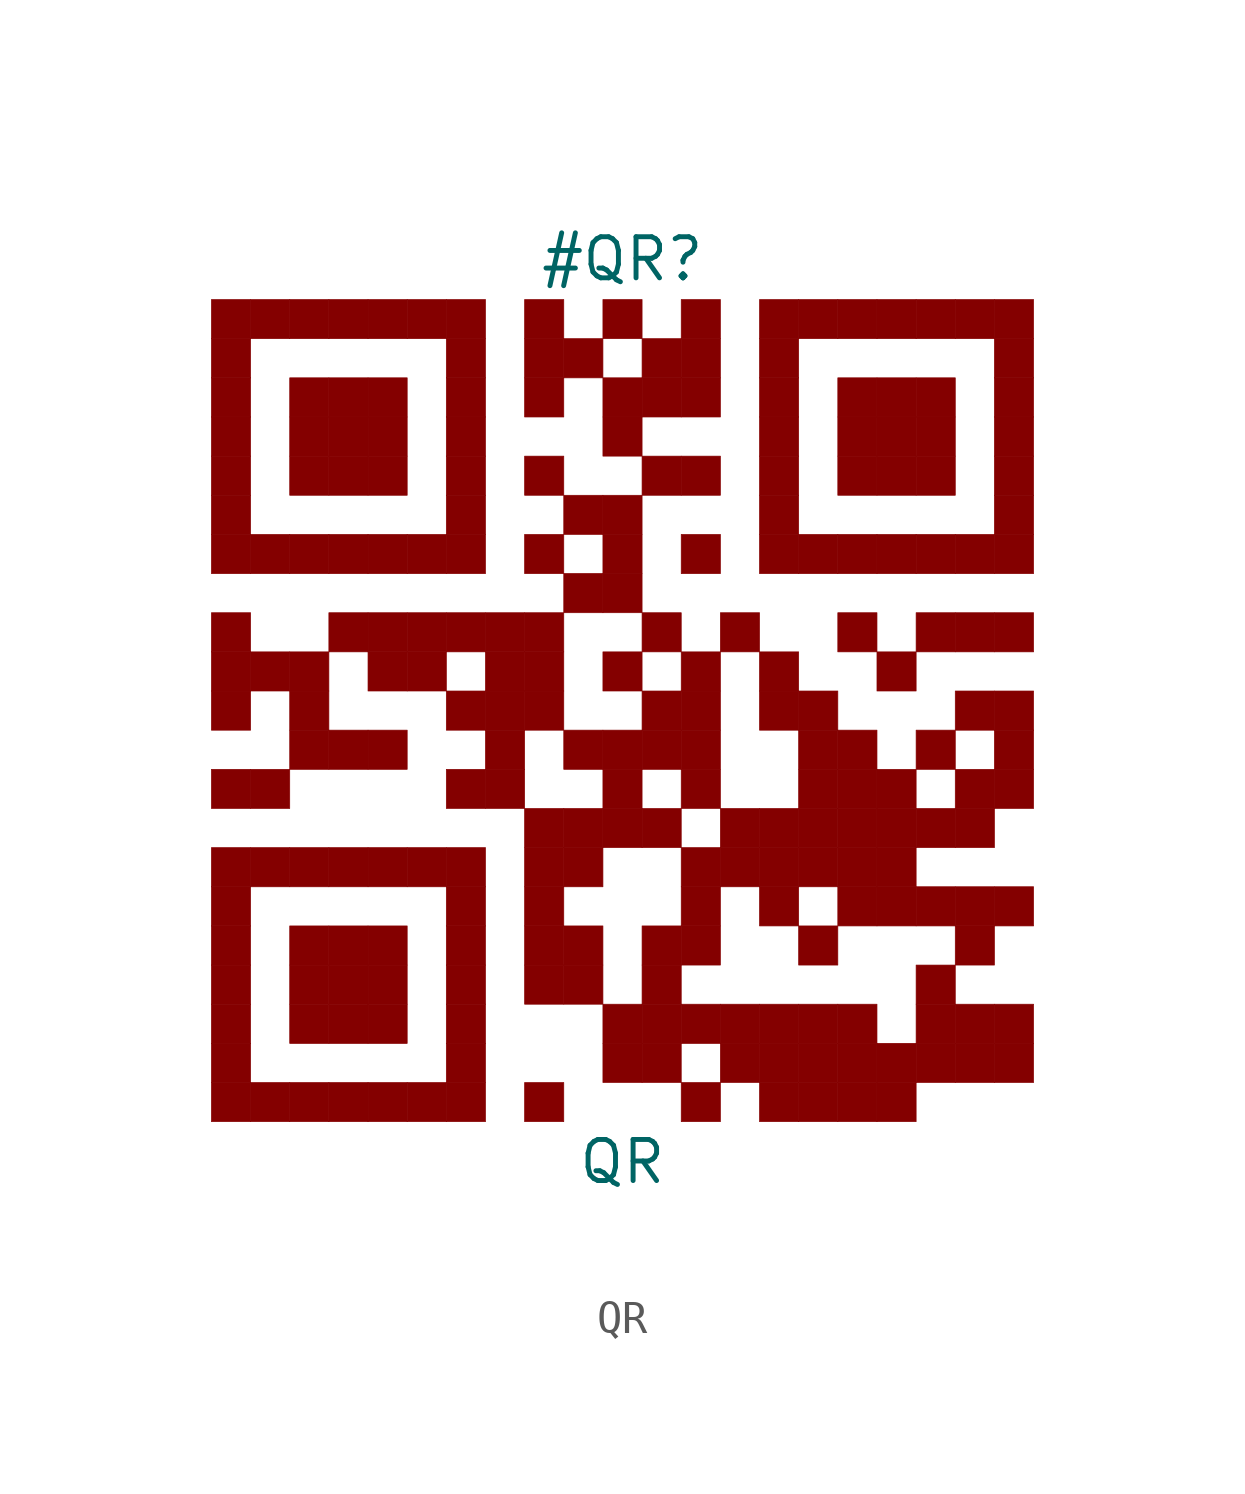
<source format=kicad_sym>
(kicad_symbol_lib
  (version 20241209)
  (generator "kicad_symbol_editor")
  (generator_version "9.0")
  (symbol "QR"
    (pin_numbers
      (hide yes))
    (pin_names
      (hide yes))
    (property "Reference" "#QR"
      (at 0 13.95 0)
      (effects (font (size 1.27 1.27))))
    (property "Value" "QR"
      (at 0 -13.95 0)
      (effects (font (size 1.27 1.27))))
    (symbol "QR_1_1"
      (rectangle (start -12.7 12.7) (end -11.49 11.49) (stroke (width 0.001) (type default)) (fill (type outline)))
      (rectangle (start -12.7 11.49) (end -11.49 10.28) (stroke (width 0.001) (type default)) (fill (type outline)))
      (rectangle (start -12.7 10.28) (end -11.49 9.07) (stroke (width 0.001) (type default)) (fill (type outline)))
      (rectangle (start -12.7 9.07) (end -11.49 7.86) (stroke (width 0.001) (type default)) (fill (type outline)))
      (rectangle (start -12.7 7.86) (end -11.49 6.65) (stroke (width 0.001) (type default)) (fill (type outline)))
      (rectangle (start -12.7 6.65) (end -11.49 5.44) (stroke (width 0.001) (type default)) (fill (type outline)))
      (rectangle (start -12.7 5.44) (end -11.49 4.23) (stroke (width 0.001) (type default)) (fill (type outline)))
      (rectangle (start -12.7 3.02) (end -11.49 1.81) (stroke (width 0.001) (type default)) (fill (type outline)))
      (rectangle (start -12.7 1.81) (end -11.49 0.6) (stroke (width 0.001) (type default)) (fill (type outline)))
      (rectangle (start -12.7 0.6) (end -11.49 -0.61) (stroke (width 0.001) (type default)) (fill (type outline)))
      (rectangle (start -12.7 -1.82) (end -11.49 -3.03) (stroke (width 0.001) (type default)) (fill (type outline)))
      (rectangle (start -12.7 -4.24) (end -11.49 -5.45) (stroke (width 0.001) (type default)) (fill (type outline)))
      (rectangle (start -12.7 -5.45) (end -11.49 -6.66) (stroke (width 0.001) (type default)) (fill (type outline)))
      (rectangle (start -12.7 -6.66) (end -11.49 -7.87) (stroke (width 0.001) (type default)) (fill (type outline)))
      (rectangle (start -12.7 -7.87) (end -11.49 -9.08) (stroke (width 0.001) (type default)) (fill (type outline)))
      (rectangle (start -12.7 -9.08) (end -11.49 -10.29) (stroke (width 0.001) (type default)) (fill (type outline)))
      (rectangle (start -12.7 -10.29) (end -11.49 -11.5) (stroke (width 0.001) (type default)) (fill (type outline)))
      (rectangle (start -12.7 -11.5) (end -11.49 -12.71) (stroke (width 0.001) (type default)) (fill (type outline)))
      (rectangle (start -11.49 12.7) (end -10.28 11.49) (stroke (width 0.001) (type default)) (fill (type outline)))
      (rectangle (start -11.49 5.44) (end -10.28 4.23) (stroke (width 0.001) (type default)) (fill (type outline)))
      (rectangle (start -11.49 1.81) (end -10.28 0.6) (stroke (width 0.001) (type default)) (fill (type outline)))
      (rectangle (start -11.49 -1.82) (end -10.28 -3.03) (stroke (width 0.001) (type default)) (fill (type outline)))
      (rectangle (start -11.49 -4.24) (end -10.28 -5.45) (stroke (width 0.001) (type default)) (fill (type outline)))
      (rectangle (start -11.49 -11.5) (end -10.28 -12.71) (stroke (width 0.001) (type default)) (fill (type outline)))
      (rectangle (start -10.28 12.7) (end -9.07 11.49) (stroke (width 0.001) (type default)) (fill (type outline)))
      (rectangle (start -10.28 10.28) (end -9.07 9.07) (stroke (width 0.001) (type default)) (fill (type outline)))
      (rectangle (start -10.28 9.07) (end -9.07 7.86) (stroke (width 0.001) (type default)) (fill (type outline)))
      (rectangle (start -10.28 7.86) (end -9.07 6.65) (stroke (width 0.001) (type default)) (fill (type outline)))
      (rectangle (start -10.28 5.44) (end -9.07 4.23) (stroke (width 0.001) (type default)) (fill (type outline)))
      (rectangle (start -10.28 1.81) (end -9.07 0.6) (stroke (width 0.001) (type default)) (fill (type outline)))
      (rectangle (start -10.28 0.6) (end -9.07 -0.61) (stroke (width 0.001) (type default)) (fill (type outline)))
      (rectangle (start -10.28 -0.61) (end -9.07 -1.82) (stroke (width 0.001) (type default)) (fill (type outline)))
      (rectangle (start -10.28 -4.24) (end -9.07 -5.45) (stroke (width 0.001) (type default)) (fill (type outline)))
      (rectangle (start -10.28 -6.66) (end -9.07 -7.87) (stroke (width 0.001) (type default)) (fill (type outline)))
      (rectangle (start -10.28 -7.87) (end -9.07 -9.08) (stroke (width 0.001) (type default)) (fill (type outline)))
      (rectangle (start -10.28 -9.08) (end -9.07 -10.29) (stroke (width 0.001) (type default)) (fill (type outline)))
      (rectangle (start -10.28 -11.5) (end -9.07 -12.71) (stroke (width 0.001) (type default)) (fill (type outline)))
      (rectangle (start -9.07 12.7) (end -7.86 11.49) (stroke (width 0.001) (type default)) (fill (type outline)))
      (rectangle (start -9.07 10.28) (end -7.86 9.07) (stroke (width 0.001) (type default)) (fill (type outline)))
      (rectangle (start -9.07 9.07) (end -7.86 7.86) (stroke (width 0.001) (type default)) (fill (type outline)))
      (rectangle (start -9.07 7.86) (end -7.86 6.65) (stroke (width 0.001) (type default)) (fill (type outline)))
      (rectangle (start -9.07 5.44) (end -7.86 4.23) (stroke (width 0.001) (type default)) (fill (type outline)))
      (rectangle (start -9.07 3.02) (end -7.86 1.81) (stroke (width 0.001) (type default)) (fill (type outline)))
      (rectangle (start -9.07 -0.61) (end -7.86 -1.82) (stroke (width 0.001) (type default)) (fill (type outline)))
      (rectangle (start -9.07 -4.24) (end -7.86 -5.45) (stroke (width 0.001) (type default)) (fill (type outline)))
      (rectangle (start -9.07 -6.66) (end -7.86 -7.87) (stroke (width 0.001) (type default)) (fill (type outline)))
      (rectangle (start -9.07 -7.87) (end -7.86 -9.08) (stroke (width 0.001) (type default)) (fill (type outline)))
      (rectangle (start -9.07 -9.08) (end -7.86 -10.29) (stroke (width 0.001) (type default)) (fill (type outline)))
      (rectangle (start -9.07 -11.5) (end -7.86 -12.71) (stroke (width 0.001) (type default)) (fill (type outline)))
      (rectangle (start -7.86 12.7) (end -6.65 11.49) (stroke (width 0.001) (type default)) (fill (type outline)))
      (rectangle (start -7.86 10.28) (end -6.65 9.07) (stroke (width 0.001) (type default)) (fill (type outline)))
      (rectangle (start -7.86 9.07) (end -6.65 7.86) (stroke (width 0.001) (type default)) (fill (type outline)))
      (rectangle (start -7.86 7.86) (end -6.65 6.65) (stroke (width 0.001) (type default)) (fill (type outline)))
      (rectangle (start -7.86 5.44) (end -6.65 4.23) (stroke (width 0.001) (type default)) (fill (type outline)))
      (rectangle (start -7.86 3.02) (end -6.65 1.81) (stroke (width 0.001) (type default)) (fill (type outline)))
      (rectangle (start -7.86 1.81) (end -6.65 0.6) (stroke (width 0.001) (type default)) (fill (type outline)))
      (rectangle (start -7.86 -0.61) (end -6.65 -1.82) (stroke (width 0.001) (type default)) (fill (type outline)))
      (rectangle (start -7.86 -4.24) (end -6.65 -5.45) (stroke (width 0.001) (type default)) (fill (type outline)))
      (rectangle (start -7.86 -6.66) (end -6.65 -7.87) (stroke (width 0.001) (type default)) (fill (type outline)))
      (rectangle (start -7.86 -7.87) (end -6.65 -9.08) (stroke (width 0.001) (type default)) (fill (type outline)))
      (rectangle (start -7.86 -9.08) (end -6.65 -10.29) (stroke (width 0.001) (type default)) (fill (type outline)))
      (rectangle (start -7.86 -11.5) (end -6.65 -12.71) (stroke (width 0.001) (type default)) (fill (type outline)))
      (rectangle (start -6.65 12.7) (end -5.44 11.49) (stroke (width 0.001) (type default)) (fill (type outline)))
      (rectangle (start -6.65 5.44) (end -5.44 4.23) (stroke (width 0.001) (type default)) (fill (type outline)))
      (rectangle (start -6.65 3.02) (end -5.44 1.81) (stroke (width 0.001) (type default)) (fill (type outline)))
      (rectangle (start -6.65 1.81) (end -5.44 0.6) (stroke (width 0.001) (type default)) (fill (type outline)))
      (rectangle (start -6.65 -4.24) (end -5.44 -5.45) (stroke (width 0.001) (type default)) (fill (type outline)))
      (rectangle (start -6.65 -11.5) (end -5.44 -12.71) (stroke (width 0.001) (type default)) (fill (type outline)))
      (rectangle (start -5.44 12.7) (end -4.23 11.49) (stroke (width 0.001) (type default)) (fill (type outline)))
      (rectangle (start -5.44 11.49) (end -4.23 10.28) (stroke (width 0.001) (type default)) (fill (type outline)))
      (rectangle (start -5.44 10.28) (end -4.23 9.07) (stroke (width 0.001) (type default)) (fill (type outline)))
      (rectangle (start -5.44 9.07) (end -4.23 7.86) (stroke (width 0.001) (type default)) (fill (type outline)))
      (rectangle (start -5.44 7.86) (end -4.23 6.65) (stroke (width 0.001) (type default)) (fill (type outline)))
      (rectangle (start -5.44 6.65) (end -4.23 5.44) (stroke (width 0.001) (type default)) (fill (type outline)))
      (rectangle (start -5.44 5.44) (end -4.23 4.23) (stroke (width 0.001) (type default)) (fill (type outline)))
      (rectangle (start -5.44 3.02) (end -4.23 1.81) (stroke (width 0.001) (type default)) (fill (type outline)))
      (rectangle (start -5.44 0.6) (end -4.23 -0.61) (stroke (width 0.001) (type default)) (fill (type outline)))
      (rectangle (start -5.44 -1.82) (end -4.23 -3.03) (stroke (width 0.001) (type default)) (fill (type outline)))
      (rectangle (start -5.44 -4.24) (end -4.23 -5.45) (stroke (width 0.001) (type default)) (fill (type outline)))
      (rectangle (start -5.44 -5.45) (end -4.23 -6.66) (stroke (width 0.001) (type default)) (fill (type outline)))
      (rectangle (start -5.44 -6.66) (end -4.23 -7.87) (stroke (width 0.001) (type default)) (fill (type outline)))
      (rectangle (start -5.44 -7.87) (end -4.23 -9.08) (stroke (width 0.001) (type default)) (fill (type outline)))
      (rectangle (start -5.44 -9.08) (end -4.23 -10.29) (stroke (width 0.001) (type default)) (fill (type outline)))
      (rectangle (start -5.44 -10.29) (end -4.23 -11.5) (stroke (width 0.001) (type default)) (fill (type outline)))
      (rectangle (start -5.44 -11.5) (end -4.23 -12.71) (stroke (width 0.001) (type default)) (fill (type outline)))
      (rectangle (start -4.23 3.02) (end -3.02 1.81) (stroke (width 0.001) (type default)) (fill (type outline)))
      (rectangle (start -4.23 1.81) (end -3.02 0.6) (stroke (width 0.001) (type default)) (fill (type outline)))
      (rectangle (start -4.23 0.6) (end -3.02 -0.61) (stroke (width 0.001) (type default)) (fill (type outline)))
      (rectangle (start -4.23 -0.61) (end -3.02 -1.82) (stroke (width 0.001) (type default)) (fill (type outline)))
      (rectangle (start -4.23 -1.82) (end -3.02 -3.03) (stroke (width 0.001) (type default)) (fill (type outline)))
      (rectangle (start -3.02 12.7) (end -1.81 11.49) (stroke (width 0.001) (type default)) (fill (type outline)))
      (rectangle (start -3.02 11.49) (end -1.81 10.28) (stroke (width 0.001) (type default)) (fill (type outline)))
      (rectangle (start -3.02 10.28) (end -1.81 9.07) (stroke (width 0.001) (type default)) (fill (type outline)))
      (rectangle (start -3.02 7.86) (end -1.81 6.65) (stroke (width 0.001) (type default)) (fill (type outline)))
      (rectangle (start -3.02 5.44) (end -1.81 4.23) (stroke (width 0.001) (type default)) (fill (type outline)))
      (rectangle (start -3.02 3.02) (end -1.81 1.81) (stroke (width 0.001) (type default)) (fill (type outline)))
      (rectangle (start -3.02 1.81) (end -1.81 0.6) (stroke (width 0.001) (type default)) (fill (type outline)))
      (rectangle (start -3.02 0.6) (end -1.81 -0.61) (stroke (width 0.001) (type default)) (fill (type outline)))
      (rectangle (start -3.02 -3.03) (end -1.81 -4.24) (stroke (width 0.001) (type default)) (fill (type outline)))
      (rectangle (start -3.02 -4.24) (end -1.81 -5.45) (stroke (width 0.001) (type default)) (fill (type outline)))
      (rectangle (start -3.02 -5.45) (end -1.81 -6.66) (stroke (width 0.001) (type default)) (fill (type outline)))
      (rectangle (start -3.02 -6.66) (end -1.81 -7.87) (stroke (width 0.001) (type default)) (fill (type outline)))
      (rectangle (start -3.02 -7.87) (end -1.81 -9.08) (stroke (width 0.001) (type default)) (fill (type outline)))
      (rectangle (start -3.02 -11.5) (end -1.81 -12.71) (stroke (width 0.001) (type default)) (fill (type outline)))
      (rectangle (start -1.81 11.49) (end -0.6 10.28) (stroke (width 0.001) (type default)) (fill (type outline)))
      (rectangle (start -1.81 6.65) (end -0.6 5.44) (stroke (width 0.001) (type default)) (fill (type outline)))
      (rectangle (start -1.81 4.23) (end -0.6 3.02) (stroke (width 0.001) (type default)) (fill (type outline)))
      (rectangle (start -1.81 -0.61) (end -0.6 -1.82) (stroke (width 0.001) (type default)) (fill (type outline)))
      (rectangle (start -1.81 -3.03) (end -0.6 -4.24) (stroke (width 0.001) (type default)) (fill (type outline)))
      (rectangle (start -1.81 -4.24) (end -0.6 -5.45) (stroke (width 0.001) (type default)) (fill (type outline)))
      (rectangle (start -1.81 -6.66) (end -0.6 -7.87) (stroke (width 0.001) (type default)) (fill (type outline)))
      (rectangle (start -1.81 -7.87) (end -0.6 -9.08) (stroke (width 0.001) (type default)) (fill (type outline)))
      (rectangle (start -0.6 12.7) (end 0.61 11.49) (stroke (width 0.001) (type default)) (fill (type outline)))
      (rectangle (start -0.6 10.28) (end 0.61 9.07) (stroke (width 0.001) (type default)) (fill (type outline)))
      (rectangle (start -0.6 9.07) (end 0.61 7.86) (stroke (width 0.001) (type default)) (fill (type outline)))
      (rectangle (start -0.6 6.65) (end 0.61 5.44) (stroke (width 0.001) (type default)) (fill (type outline)))
      (rectangle (start -0.6 5.44) (end 0.61 4.23) (stroke (width 0.001) (type default)) (fill (type outline)))
      (rectangle (start -0.6 4.23) (end 0.61 3.02) (stroke (width 0.001) (type default)) (fill (type outline)))
      (rectangle (start -0.6 1.81) (end 0.61 0.6) (stroke (width 0.001) (type default)) (fill (type outline)))
      (rectangle (start -0.6 -0.61) (end 0.61 -1.82) (stroke (width 0.001) (type default)) (fill (type outline)))
      (rectangle (start -0.6 -1.82) (end 0.61 -3.03) (stroke (width 0.001) (type default)) (fill (type outline)))
      (rectangle (start -0.6 -3.03) (end 0.61 -4.24) (stroke (width 0.001) (type default)) (fill (type outline)))
      (rectangle (start -0.6 -9.08) (end 0.61 -10.29) (stroke (width 0.001) (type default)) (fill (type outline)))
      (rectangle (start -0.6 -10.29) (end 0.61 -11.5) (stroke (width 0.001) (type default)) (fill (type outline)))
      (rectangle (start 0.61 11.49) (end 1.82 10.28) (stroke (width 0.001) (type default)) (fill (type outline)))
      (rectangle (start 0.61 10.28) (end 1.82 9.07) (stroke (width 0.001) (type default)) (fill (type outline)))
      (rectangle (start 0.61 7.86) (end 1.82 6.65) (stroke (width 0.001) (type default)) (fill (type outline)))
      (rectangle (start 0.61 3.02) (end 1.82 1.81) (stroke (width 0.001) (type default)) (fill (type outline)))
      (rectangle (start 0.61 0.6) (end 1.82 -0.61) (stroke (width 0.001) (type default)) (fill (type outline)))
      (rectangle (start 0.61 -0.61) (end 1.82 -1.82) (stroke (width 0.001) (type default)) (fill (type outline)))
      (rectangle (start 0.61 -3.03) (end 1.82 -4.24) (stroke (width 0.001) (type default)) (fill (type outline)))
      (rectangle (start 0.61 -6.66) (end 1.82 -7.87) (stroke (width 0.001) (type default)) (fill (type outline)))
      (rectangle (start 0.61 -7.87) (end 1.82 -9.08) (stroke (width 0.001) (type default)) (fill (type outline)))
      (rectangle (start 0.61 -9.08) (end 1.82 -10.29) (stroke (width 0.001) (type default)) (fill (type outline)))
      (rectangle (start 0.61 -10.29) (end 1.82 -11.5) (stroke (width 0.001) (type default)) (fill (type outline)))
      (rectangle (start 1.82 12.7) (end 3.03 11.49) (stroke (width 0.001) (type default)) (fill (type outline)))
      (rectangle (start 1.82 11.49) (end 3.03 10.28) (stroke (width 0.001) (type default)) (fill (type outline)))
      (rectangle (start 1.82 10.28) (end 3.03 9.07) (stroke (width 0.001) (type default)) (fill (type outline)))
      (rectangle (start 1.82 7.86) (end 3.03 6.65) (stroke (width 0.001) (type default)) (fill (type outline)))
      (rectangle (start 1.82 5.44) (end 3.03 4.23) (stroke (width 0.001) (type default)) (fill (type outline)))
      (rectangle (start 1.82 1.81) (end 3.03 0.6) (stroke (width 0.001) (type default)) (fill (type outline)))
      (rectangle (start 1.82 0.6) (end 3.03 -0.61) (stroke (width 0.001) (type default)) (fill (type outline)))
      (rectangle (start 1.82 -0.61) (end 3.03 -1.82) (stroke (width 0.001) (type default)) (fill (type outline)))
      (rectangle (start 1.82 -1.82) (end 3.03 -3.03) (stroke (width 0.001) (type default)) (fill (type outline)))
      (rectangle (start 1.82 -4.24) (end 3.03 -5.45) (stroke (width 0.001) (type default)) (fill (type outline)))
      (rectangle (start 1.82 -5.45) (end 3.03 -6.66) (stroke (width 0.001) (type default)) (fill (type outline)))
      (rectangle (start 1.82 -6.66) (end 3.03 -7.87) (stroke (width 0.001) (type default)) (fill (type outline)))
      (rectangle (start 1.82 -9.08) (end 3.03 -10.29) (stroke (width 0.001) (type default)) (fill (type outline)))
      (rectangle (start 1.82 -11.5) (end 3.03 -12.71) (stroke (width 0.001) (type default)) (fill (type outline)))
      (rectangle (start 3.03 3.02) (end 4.24 1.81) (stroke (width 0.001) (type default)) (fill (type outline)))
      (rectangle (start 3.03 -3.03) (end 4.24 -4.24) (stroke (width 0.001) (type default)) (fill (type outline)))
      (rectangle (start 3.03 -4.24) (end 4.24 -5.45) (stroke (width 0.001) (type default)) (fill (type outline)))
      (rectangle (start 3.03 -9.08) (end 4.24 -10.29) (stroke (width 0.001) (type default)) (fill (type outline)))
      (rectangle (start 3.03 -10.29) (end 4.24 -11.5) (stroke (width 0.001) (type default)) (fill (type outline)))
      (rectangle (start 4.24 12.7) (end 5.45 11.49) (stroke (width 0.001) (type default)) (fill (type outline)))
      (rectangle (start 4.24 11.49) (end 5.45 10.28) (stroke (width 0.001) (type default)) (fill (type outline)))
      (rectangle (start 4.24 10.28) (end 5.45 9.07) (stroke (width 0.001) (type default)) (fill (type outline)))
      (rectangle (start 4.24 9.07) (end 5.45 7.86) (stroke (width 0.001) (type default)) (fill (type outline)))
      (rectangle (start 4.24 7.86) (end 5.45 6.65) (stroke (width 0.001) (type default)) (fill (type outline)))
      (rectangle (start 4.24 6.65) (end 5.45 5.44) (stroke (width 0.001) (type default)) (fill (type outline)))
      (rectangle (start 4.24 5.44) (end 5.45 4.23) (stroke (width 0.001) (type default)) (fill (type outline)))
      (rectangle (start 4.24 1.81) (end 5.45 0.6) (stroke (width 0.001) (type default)) (fill (type outline)))
      (rectangle (start 4.24 0.6) (end 5.45 -0.61) (stroke (width 0.001) (type default)) (fill (type outline)))
      (rectangle (start 4.24 -3.03) (end 5.45 -4.24) (stroke (width 0.001) (type default)) (fill (type outline)))
      (rectangle (start 4.24 -4.24) (end 5.45 -5.45) (stroke (width 0.001) (type default)) (fill (type outline)))
      (rectangle (start 4.24 -5.45) (end 5.45 -6.66) (stroke (width 0.001) (type default)) (fill (type outline)))
      (rectangle (start 4.24 -9.08) (end 5.45 -10.29) (stroke (width 0.001) (type default)) (fill (type outline)))
      (rectangle (start 4.24 -10.29) (end 5.45 -11.5) (stroke (width 0.001) (type default)) (fill (type outline)))
      (rectangle (start 4.24 -11.5) (end 5.45 -12.71) (stroke (width 0.001) (type default)) (fill (type outline)))
      (rectangle (start 5.45 12.7) (end 6.66 11.49) (stroke (width 0.001) (type default)) (fill (type outline)))
      (rectangle (start 5.45 5.44) (end 6.66 4.23) (stroke (width 0.001) (type default)) (fill (type outline)))
      (rectangle (start 5.45 0.6) (end 6.66 -0.61) (stroke (width 0.001) (type default)) (fill (type outline)))
      (rectangle (start 5.45 -0.61) (end 6.66 -1.82) (stroke (width 0.001) (type default)) (fill (type outline)))
      (rectangle (start 5.45 -1.82) (end 6.66 -3.03) (stroke (width 0.001) (type default)) (fill (type outline)))
      (rectangle (start 5.45 -3.03) (end 6.66 -4.24) (stroke (width 0.001) (type default)) (fill (type outline)))
      (rectangle (start 5.45 -4.24) (end 6.66 -5.45) (stroke (width 0.001) (type default)) (fill (type outline)))
      (rectangle (start 5.45 -6.66) (end 6.66 -7.87) (stroke (width 0.001) (type default)) (fill (type outline)))
      (rectangle (start 5.45 -9.08) (end 6.66 -10.29) (stroke (width 0.001) (type default)) (fill (type outline)))
      (rectangle (start 5.45 -10.29) (end 6.66 -11.5) (stroke (width 0.001) (type default)) (fill (type outline)))
      (rectangle (start 5.45 -11.5) (end 6.66 -12.71) (stroke (width 0.001) (type default)) (fill (type outline)))
      (rectangle (start 6.66 12.7) (end 7.87 11.49) (stroke (width 0.001) (type default)) (fill (type outline)))
      (rectangle (start 6.66 10.28) (end 7.87 9.07) (stroke (width 0.001) (type default)) (fill (type outline)))
      (rectangle (start 6.66 9.07) (end 7.87 7.86) (stroke (width 0.001) (type default)) (fill (type outline)))
      (rectangle (start 6.66 7.86) (end 7.87 6.65) (stroke (width 0.001) (type default)) (fill (type outline)))
      (rectangle (start 6.66 5.44) (end 7.87 4.23) (stroke (width 0.001) (type default)) (fill (type outline)))
      (rectangle (start 6.66 3.02) (end 7.87 1.81) (stroke (width 0.001) (type default)) (fill (type outline)))
      (rectangle (start 6.66 -0.61) (end 7.87 -1.82) (stroke (width 0.001) (type default)) (fill (type outline)))
      (rectangle (start 6.66 -1.82) (end 7.87 -3.03) (stroke (width 0.001) (type default)) (fill (type outline)))
      (rectangle (start 6.66 -3.03) (end 7.87 -4.24) (stroke (width 0.001) (type default)) (fill (type outline)))
      (rectangle (start 6.66 -4.24) (end 7.87 -5.45) (stroke (width 0.001) (type default)) (fill (type outline)))
      (rectangle (start 6.66 -5.45) (end 7.87 -6.66) (stroke (width 0.001) (type default)) (fill (type outline)))
      (rectangle (start 6.66 -9.08) (end 7.87 -10.29) (stroke (width 0.001) (type default)) (fill (type outline)))
      (rectangle (start 6.66 -10.29) (end 7.87 -11.5) (stroke (width 0.001) (type default)) (fill (type outline)))
      (rectangle (start 6.66 -11.5) (end 7.87 -12.71) (stroke (width 0.001) (type default)) (fill (type outline)))
      (rectangle (start 7.87 12.7) (end 9.08 11.49) (stroke (width 0.001) (type default)) (fill (type outline)))
      (rectangle (start 7.87 10.28) (end 9.08 9.07) (stroke (width 0.001) (type default)) (fill (type outline)))
      (rectangle (start 7.87 9.07) (end 9.08 7.86) (stroke (width 0.001) (type default)) (fill (type outline)))
      (rectangle (start 7.87 7.86) (end 9.08 6.65) (stroke (width 0.001) (type default)) (fill (type outline)))
      (rectangle (start 7.87 5.44) (end 9.08 4.23) (stroke (width 0.001) (type default)) (fill (type outline)))
      (rectangle (start 7.87 1.81) (end 9.08 0.6) (stroke (width 0.001) (type default)) (fill (type outline)))
      (rectangle (start 7.87 -1.82) (end 9.08 -3.03) (stroke (width 0.001) (type default)) (fill (type outline)))
      (rectangle (start 7.87 -3.03) (end 9.08 -4.24) (stroke (width 0.001) (type default)) (fill (type outline)))
      (rectangle (start 7.87 -4.24) (end 9.08 -5.45) (stroke (width 0.001) (type default)) (fill (type outline)))
      (rectangle (start 7.87 -5.45) (end 9.08 -6.66) (stroke (width 0.001) (type default)) (fill (type outline)))
      (rectangle (start 7.87 -10.29) (end 9.08 -11.5) (stroke (width 0.001) (type default)) (fill (type outline)))
      (rectangle (start 7.87 -11.5) (end 9.08 -12.71) (stroke (width 0.001) (type default)) (fill (type outline)))
      (rectangle (start 9.08 12.7) (end 10.29 11.49) (stroke (width 0.001) (type default)) (fill (type outline)))
      (rectangle (start 9.08 10.28) (end 10.29 9.07) (stroke (width 0.001) (type default)) (fill (type outline)))
      (rectangle (start 9.08 9.07) (end 10.29 7.86) (stroke (width 0.001) (type default)) (fill (type outline)))
      (rectangle (start 9.08 7.86) (end 10.29 6.65) (stroke (width 0.001) (type default)) (fill (type outline)))
      (rectangle (start 9.08 5.44) (end 10.29 4.23) (stroke (width 0.001) (type default)) (fill (type outline)))
      (rectangle (start 9.08 3.02) (end 10.29 1.81) (stroke (width 0.001) (type default)) (fill (type outline)))
      (rectangle (start 9.08 -0.61) (end 10.29 -1.82) (stroke (width 0.001) (type default)) (fill (type outline)))
      (rectangle (start 9.08 -3.03) (end 10.29 -4.24) (stroke (width 0.001) (type default)) (fill (type outline)))
      (rectangle (start 9.08 -5.45) (end 10.29 -6.66) (stroke (width 0.001) (type default)) (fill (type outline)))
      (rectangle (start 9.08 -7.87) (end 10.29 -9.08) (stroke (width 0.001) (type default)) (fill (type outline)))
      (rectangle (start 9.08 -9.08) (end 10.29 -10.29) (stroke (width 0.001) (type default)) (fill (type outline)))
      (rectangle (start 9.08 -10.29) (end 10.29 -11.5) (stroke (width 0.001) (type default)) (fill (type outline)))
      (rectangle (start 10.29 12.7) (end 11.5 11.49) (stroke (width 0.001) (type default)) (fill (type outline)))
      (rectangle (start 10.29 5.44) (end 11.5 4.23) (stroke (width 0.001) (type default)) (fill (type outline)))
      (rectangle (start 10.29 3.02) (end 11.5 1.81) (stroke (width 0.001) (type default)) (fill (type outline)))
      (rectangle (start 10.29 0.6) (end 11.5 -0.61) (stroke (width 0.001) (type default)) (fill (type outline)))
      (rectangle (start 10.29 -1.82) (end 11.5 -3.03) (stroke (width 0.001) (type default)) (fill (type outline)))
      (rectangle (start 10.29 -3.03) (end 11.5 -4.24) (stroke (width 0.001) (type default)) (fill (type outline)))
      (rectangle (start 10.29 -5.45) (end 11.5 -6.66) (stroke (width 0.001) (type default)) (fill (type outline)))
      (rectangle (start 10.29 -6.66) (end 11.5 -7.87) (stroke (width 0.001) (type default)) (fill (type outline)))
      (rectangle (start 10.29 -9.08) (end 11.5 -10.29) (stroke (width 0.001) (type default)) (fill (type outline)))
      (rectangle (start 10.29 -10.29) (end 11.5 -11.5) (stroke (width 0.001) (type default)) (fill (type outline)))
      (rectangle (start 11.5 12.7) (end 12.71 11.49) (stroke (width 0.001) (type default)) (fill (type outline)))
      (rectangle (start 11.5 11.49) (end 12.71 10.28) (stroke (width 0.001) (type default)) (fill (type outline)))
      (rectangle (start 11.5 10.28) (end 12.71 9.07) (stroke (width 0.001) (type default)) (fill (type outline)))
      (rectangle (start 11.5 9.07) (end 12.71 7.86) (stroke (width 0.001) (type default)) (fill (type outline)))
      (rectangle (start 11.5 7.86) (end 12.71 6.65) (stroke (width 0.001) (type default)) (fill (type outline)))
      (rectangle (start 11.5 6.65) (end 12.71 5.44) (stroke (width 0.001) (type default)) (fill (type outline)))
      (rectangle (start 11.5 5.44) (end 12.71 4.23) (stroke (width 0.001) (type default)) (fill (type outline)))
      (rectangle (start 11.5 3.02) (end 12.71 1.81) (stroke (width 0.001) (type default)) (fill (type outline)))
      (rectangle (start 11.5 0.6) (end 12.71 -0.61) (stroke (width 0.001) (type default)) (fill (type outline)))
      (rectangle (start 11.5 -0.61) (end 12.71 -1.82) (stroke (width 0.001) (type default)) (fill (type outline)))
      (rectangle (start 11.5 -1.82) (end 12.71 -3.03) (stroke (width 0.001) (type default)) (fill (type outline)))
      (rectangle (start 11.5 -5.45) (end 12.71 -6.66) (stroke (width 0.001) (type default)) (fill (type outline)))
      (rectangle (start 11.5 -9.08) (end 12.71 -10.29) (stroke (width 0.001) (type default)) (fill (type outline)))
      (rectangle (start 11.5 -10.29) (end 12.71 -11.5) (stroke (width 0.001) (type default)) (fill (type outline))))))
</source>
